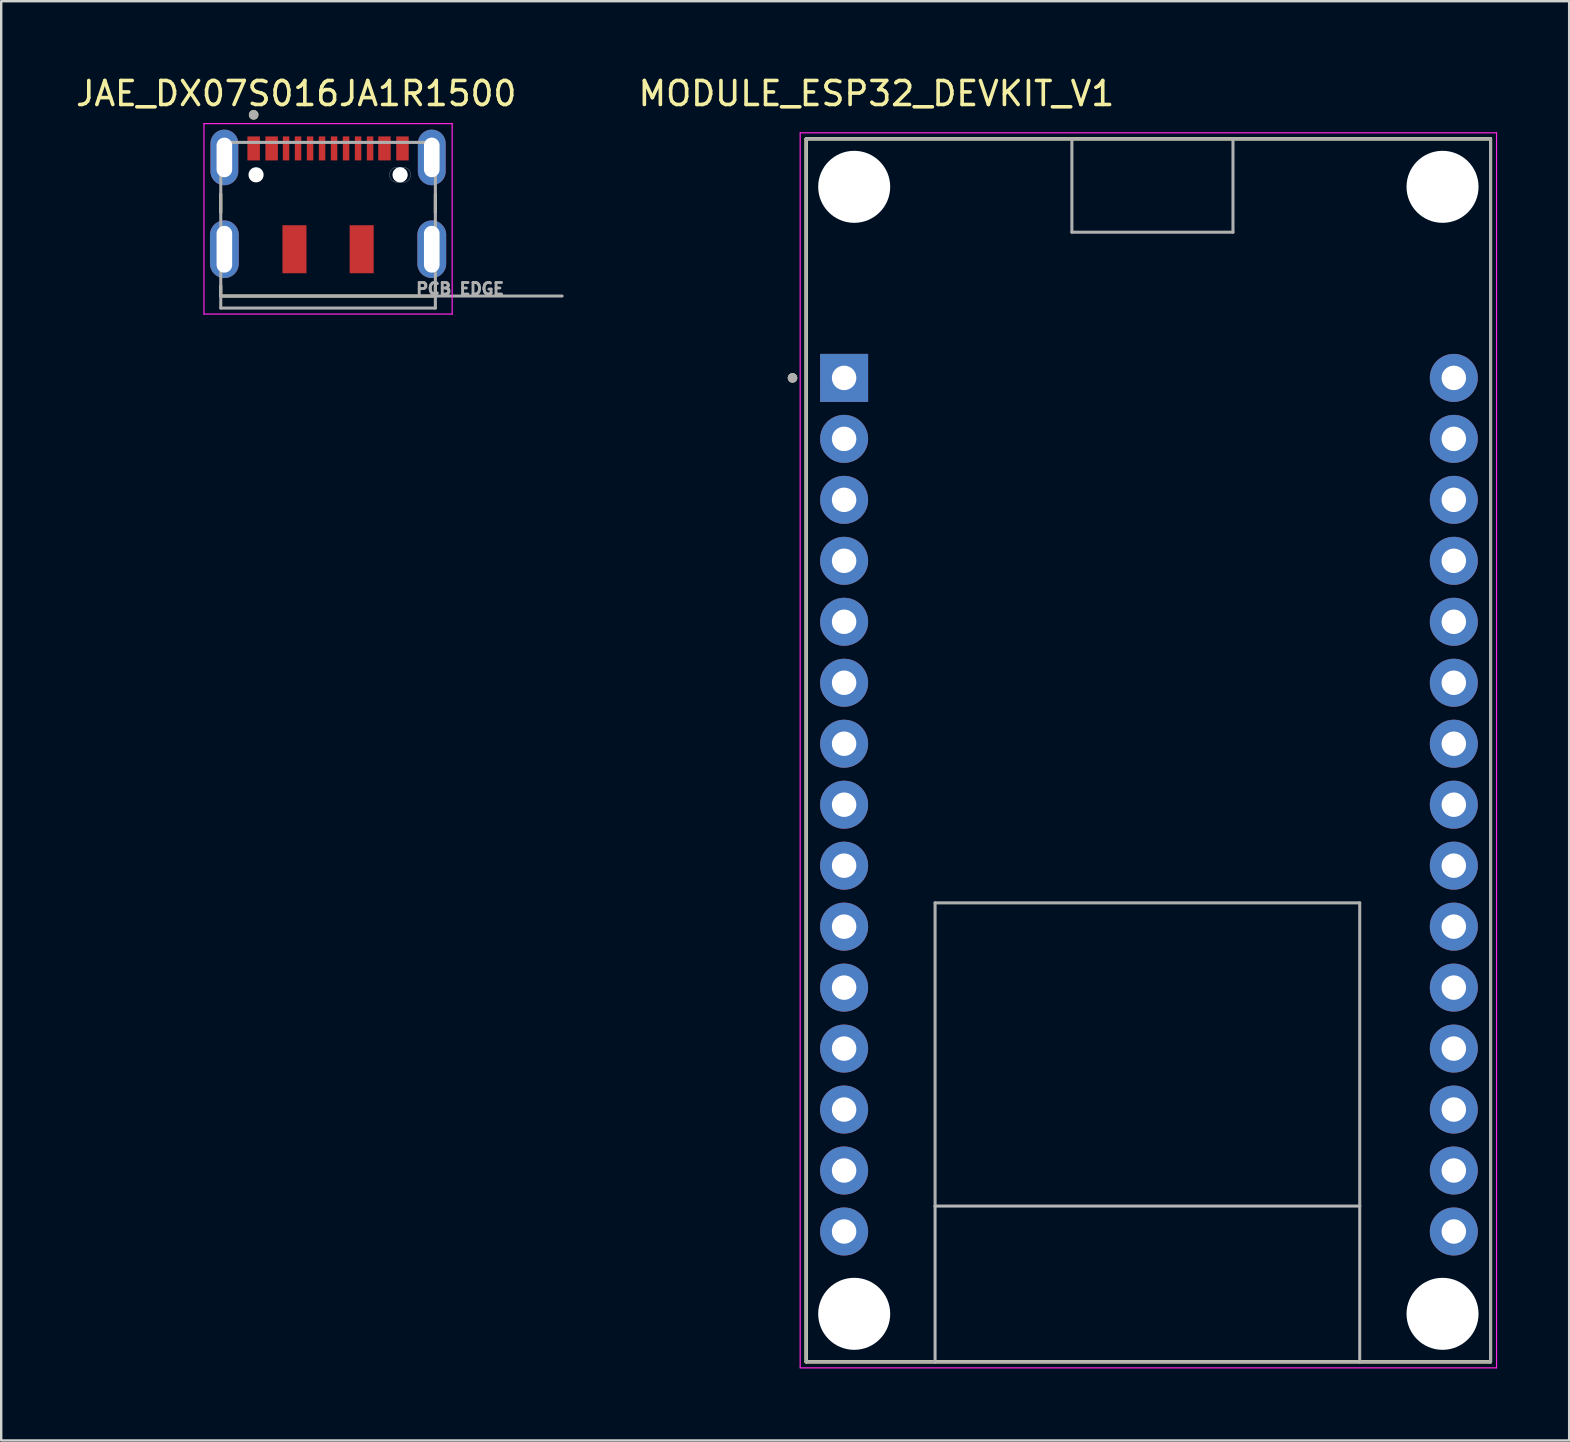
<source format=kicad_pcb>
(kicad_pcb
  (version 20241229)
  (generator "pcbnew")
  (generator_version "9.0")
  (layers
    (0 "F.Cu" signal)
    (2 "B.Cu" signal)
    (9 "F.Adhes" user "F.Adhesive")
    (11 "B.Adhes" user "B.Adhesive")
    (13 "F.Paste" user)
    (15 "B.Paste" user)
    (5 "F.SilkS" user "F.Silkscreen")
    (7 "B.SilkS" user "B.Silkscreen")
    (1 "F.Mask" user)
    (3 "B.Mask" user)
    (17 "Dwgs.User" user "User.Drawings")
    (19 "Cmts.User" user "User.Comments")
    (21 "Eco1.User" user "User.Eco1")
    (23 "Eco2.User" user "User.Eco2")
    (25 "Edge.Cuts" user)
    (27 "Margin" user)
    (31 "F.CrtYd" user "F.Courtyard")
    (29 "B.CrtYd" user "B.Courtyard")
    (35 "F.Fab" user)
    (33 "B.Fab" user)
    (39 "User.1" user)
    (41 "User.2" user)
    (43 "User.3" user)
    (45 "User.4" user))
  (footprint "JAE_DX07S016JA1R1500"
    (layer "F.Cu")
    (at 10.617 4.233)
    (property "Reference" "JAE_DX07S016JA1R1500" (at -1.325 -3.385 0) (layer "F.SilkS") (effects (font (size 1 1) (thickness 0.15))))
    (attr smd)
    (fp_line (start -4.47 0.805) (end -4.47 1.57) (stroke (width 0.127) (type solid)) (layer "F.SilkS"))
    (fp_line (start -4.47 5.05) (end -4.47 4.63) (stroke (width 0.127) (type solid)) (layer "F.SilkS"))
    (fp_line (start 4.47 0.805) (end 4.47 1.57) (stroke (width 0.127) (type solid)) (layer "F.SilkS"))
    (fp_line (start 4.47 4.63) (end 4.47 5.05) (stroke (width 0.127) (type solid)) (layer "F.SilkS"))
    (fp_line (start 4.47 5.05) (end -4.47 5.05) (stroke (width 0.127) (type solid)) (layer "F.SilkS"))
    (fp_circle (center -3.1 -2.5) (end -3 -2.5) (stroke (width 0.2) (type solid)) (fill no) (layer "F.SilkS"))
    (fp_line (start 2.875 -0.315) (end 3.125 -0.315) (stroke (width 0.01) (type solid)) (layer "Edge.Cuts"))
    (fp_line (start 3.125 0.315) (end 2.875 0.315) (stroke (width 0.01) (type solid)) (layer "Edge.Cuts"))
    (fp_arc (start 2.56 0) (mid 2.652261 -0.222739) (end 2.875 -0.315) (stroke (width 0.01) (type solid)) (layer "Edge.Cuts"))
    (fp_arc (start 2.875 0.315) (mid 2.652261 0.222739) (end 2.56 0) (stroke (width 0.01) (type solid)) (layer "Edge.Cuts"))
    (fp_arc (start 3.125 -0.315) (mid 3.347739 -0.222739) (end 3.44 0) (stroke (width 0.01) (type solid)) (layer "Edge.Cuts"))
    (fp_arc (start 3.44 0) (mid 3.347739 0.222739) (end 3.125 0.315) (stroke (width 0.01) (type solid)) (layer "Edge.Cuts"))
    (fp_line (start -5.17 -2.135) (end 5.17 -2.135) (stroke (width 0.05) (type solid)) (layer "F.CrtYd"))
    (fp_line (start -5.17 5.8) (end -5.17 -2.135) (stroke (width 0.05) (type solid)) (layer "F.CrtYd"))
    (fp_line (start 5.17 -2.135) (end 5.17 5.8) (stroke (width 0.05) (type solid)) (layer "F.CrtYd"))
    (fp_line (start 5.17 5.8) (end -5.17 5.8) (stroke (width 0.05) (type solid)) (layer "F.CrtYd"))
    (fp_line (start -4.47 -1.35) (end 4.47 -1.35) (stroke (width 0.127) (type solid)) (layer "F.Fab"))
    (fp_line (start -4.47 5.05) (end -4.47 -1.35) (stroke (width 0.127) (type solid)) (layer "F.Fab"))
    (fp_line (start -4.47 5.55) (end -4.47 5.05) (stroke (width 0.127) (type solid)) (layer "F.Fab"))
    (fp_line (start 4.47 -1.35) (end 4.47 5.05) (stroke (width 0.127) (type solid)) (layer "F.Fab"))
    (fp_line (start 4.47 5.05) (end -4.47 5.05) (stroke (width 0.127) (type solid)) (layer "F.Fab"))
    (fp_line (start 4.47 5.05) (end 4.47 5.55) (stroke (width 0.127) (type solid)) (layer "F.Fab"))
    (fp_line (start 4.47 5.05) (end 9.75 5.05) (stroke (width 0.127) (type solid)) (layer "F.Fab"))
    (fp_line (start 4.47 5.55) (end -4.47 5.55) (stroke (width 0.127) (type solid)) (layer "F.Fab"))
    (fp_circle (center -3.1 -2.5) (end -3 -2.5) (stroke (width 0.2) (type solid)) (fill no) (layer "F.Fab"))
    (fp_text user "PCB EDGE" (at 5.5 4.75 0) (layer "F.Fab") (effects (font (size 0.48 0.48) (thickness 0.15))))
    (pad "" np_thru_hole circle (at -3 0) (size 0.63 0.63) (drill 0.63) (layers "*.Cu" "*.Mask"))
    (pad "" np_thru_hole circle (at 3 0) (size 0.6 0.6) (drill 0.6) (layers "*.Cu" "*.Mask"))
    (pad "" np_thru_hole circle (at 3 0) (size 0.63 0.63) (drill 0.63) (layers "*.Cu" "*.Mask"))
    (pad "1" smd rect (at -3.1 -1.1) (size 0.52 1) (layers "F.Cu" "F.Mask" "F.Paste"))
    (pad "2" smd rect (at -2.35 -1.1) (size 0.52 1) (layers "F.Cu" "F.Mask" "F.Paste"))
    (pad "3" smd rect (at -1.75 -1.1) (size 0.27 1) (layers "F.Cu" "F.Mask" "F.Paste"))
    (pad "4" smd rect (at -1.25 -1.1) (size 0.27 1) (layers "F.Cu" "F.Mask" "F.Paste"))
    (pad "5" smd rect (at -0.75 -1.1) (size 0.27 1) (layers "F.Cu" "F.Mask" "F.Paste"))
    (pad "6" smd rect (at -0.25 -1.1) (size 0.27 1) (layers "F.Cu" "F.Mask" "F.Paste"))
    (pad "7" smd rect (at 0.25 -1.1) (size 0.27 1) (layers "F.Cu" "F.Mask" "F.Paste"))
    (pad "8" smd rect (at 0.75 -1.1) (size 0.27 1) (layers "F.Cu" "F.Mask" "F.Paste"))
    (pad "9" smd rect (at 1.25 -1.1) (size 0.27 1) (layers "F.Cu" "F.Mask" "F.Paste"))
    (pad "10" smd rect (at 1.75 -1.1) (size 0.27 1) (layers "F.Cu" "F.Mask" "F.Paste"))
    (pad "11" smd rect (at 2.35 -1.1) (size 0.52 1) (layers "F.Cu" "F.Mask" "F.Paste"))
    (pad "12" smd rect (at 3.1 -1.1) (size 0.52 1) (layers "F.Cu" "F.Mask" "F.Paste"))
    (pad "S1" smd rect (at -1.4 3.1) (size 1 2) (layers "F.Cu" "F.Mask" "F.Paste"))
    (pad "S2" smd rect (at 1.4 3.1) (size 1 2) (layers "F.Cu" "F.Mask" "F.Paste"))
    (pad "S3" thru_hole oval (at -4.32 -0.725) (size 1.158 2.316) (drill oval 0.65 1.65) (layers "*.Cu" "*.Mask"))
    (pad "S4" thru_hole oval (at 4.32 -0.725) (size 1.158 2.316) (drill oval 0.65 1.65) (layers "*.Cu" "*.Mask"))
    (pad "S5" thru_hole oval (at -4.32 3.1) (size 1.2 2.4) (drill oval 0.65 1.95) (layers "*.Cu" "*.Mask"))
    (pad "S6" thru_hole oval (at 4.32 3.1) (size 1.2 2.4) (drill oval 0.65 1.95) (layers "*.Cu" "*.Mask")))
  (footprint "MODULE_ESP32_DEVKIT_V1"
    (layer "F.Cu")
    (at 44.815 28.208)
    (property "Reference" "MODULE_ESP32_DEVKIT_V1" (at -11.355 -27.36 0) (layer "F.SilkS") (effects (font (size 1 1) (thickness 0.15))))
    (attr through_hole)
    (fp_line (start -14.28 -25.475) (end -3.211 -25.475) (stroke (width 0.127) (type solid)) (layer "F.SilkS"))
    (fp_line (start -14.28 -25.475) (end 14.23 -25.475) (stroke (width 0.127) (type solid)) (layer "F.SilkS"))
    (fp_line (start -14.28 25.475) (end -14.28 -25.475) (stroke (width 0.127) (type solid)) (layer "F.SilkS"))
    (fp_line (start -14.28 25.475) (end -14.28 -25.475) (stroke (width 0.127) (type solid)) (layer "F.SilkS"))
    (fp_line (start -14.28 25.475) (end -8.91 25.475) (stroke (width 0.127) (type solid)) (layer "F.SilkS"))
    (fp_line (start -8.91 25.475) (end 8.78 25.475) (stroke (width 0.127) (type solid)) (layer "F.SilkS"))
    (fp_line (start -3.211 -25.475) (end 3.5 -25.475) (stroke (width 0.127) (type solid)) (layer "F.SilkS"))
    (fp_line (start 3.5 -25.475) (end 14.23 -25.475) (stroke (width 0.127) (type solid)) (layer "F.SilkS"))
    (fp_line (start 8.78 25.475) (end 14.23 25.475) (stroke (width 0.127) (type solid)) (layer "F.SilkS"))
    (fp_line (start 14.23 -25.475) (end 14.23 25.475) (stroke (width 0.127) (type solid)) (layer "F.SilkS"))
    (fp_line (start 14.23 -25.475) (end 14.23 25.475) (stroke (width 0.127) (type solid)) (layer "F.SilkS"))
    (fp_line (start 14.23 25.475) (end -14.28 25.475) (stroke (width 0.127) (type solid)) (layer "F.SilkS"))
    (fp_circle (center -14.85 -15.515) (end -14.75 -15.515) (stroke (width 0.2) (type solid)) (fill no) (layer "F.SilkS"))
    (fp_poly (pts (xy -8.91 18.985) (xy 8.78 18.985) (xy 8.78 25.475) (xy -8.91 25.475)) (stroke (width 0.01) (type solid)) (fill no) (layer "Dwgs.User"))
    (fp_poly (pts (xy -8.91 18.985) (xy 8.78 18.985) (xy 8.78 25.475) (xy -8.91 25.475)) (stroke (width 0.01) (type solid)) (fill no) (layer "Dwgs.User"))
    (fp_poly (pts (xy -8.91 18.985) (xy 8.78 18.985) (xy 8.78 25.475) (xy -8.91 25.475)) (stroke (width 0.01) (type solid)) (fill no) (layer "Dwgs.User"))
    (fp_line (start -14.53 -25.725) (end -14.53 25.725) (stroke (width 0.05) (type solid)) (layer "F.CrtYd"))
    (fp_line (start -14.53 25.725) (end 14.48 25.725) (stroke (width 0.05) (type solid)) (layer "F.CrtYd"))
    (fp_line (start 14.48 -25.725) (end -14.53 -25.725) (stroke (width 0.05) (type solid)) (layer "F.CrtYd"))
    (fp_line (start 14.48 25.725) (end 14.48 -25.725) (stroke (width 0.05) (type solid)) (layer "F.CrtYd"))
    (fp_line (start -14.28 -25.475) (end -3.211 -25.475) (stroke (width 0.127) (type solid)) (layer "F.Fab"))
    (fp_line (start -14.28 25.475) (end -14.28 -25.475) (stroke (width 0.127) (type solid)) (layer "F.Fab"))
    (fp_line (start -14.28 25.475) (end -8.91 25.475) (stroke (width 0.127) (type solid)) (layer "F.Fab"))
    (fp_line (start -8.91 6.355) (end 8.78 6.355) (stroke (width 0.127) (type solid)) (layer "F.Fab"))
    (fp_line (start -8.91 18.985) (end -8.91 6.355) (stroke (width 0.127) (type solid)) (layer "F.Fab"))
    (fp_line (start -8.91 18.985) (end 8.78 18.985) (stroke (width 0.127) (type solid)) (layer "F.Fab"))
    (fp_line (start -8.91 25.475) (end -8.91 18.985) (stroke (width 0.127) (type solid)) (layer "F.Fab"))
    (fp_line (start -8.91 25.475) (end 8.78 25.475) (stroke (width 0.127) (type solid)) (layer "F.Fab"))
    (fp_line (start -3.211 -25.475) (end 3.5 -25.475) (stroke (width 0.127) (type solid)) (layer "F.Fab"))
    (fp_line (start -3.211 -21.585) (end -3.211 -25.475) (stroke (width 0.127) (type solid)) (layer "F.Fab"))
    (fp_line (start 3.5 -25.475) (end 3.5 -21.585) (stroke (width 0.127) (type solid)) (layer "F.Fab"))
    (fp_line (start 3.5 -25.475) (end 14.23 -25.475) (stroke (width 0.127) (type solid)) (layer "F.Fab"))
    (fp_line (start 3.5 -21.585) (end -3.211 -21.585) (stroke (width 0.127) (type solid)) (layer "F.Fab"))
    (fp_line (start 8.78 6.355) (end 8.78 18.985) (stroke (width 0.127) (type solid)) (layer "F.Fab"))
    (fp_line (start 8.78 18.985) (end 8.78 25.475) (stroke (width 0.127) (type solid)) (layer "F.Fab"))
    (fp_line (start 8.78 25.475) (end 14.23 25.475) (stroke (width 0.127) (type solid)) (layer "F.Fab"))
    (fp_line (start 14.23 -25.475) (end 14.23 25.475) (stroke (width 0.127) (type solid)) (layer "F.Fab"))
    (fp_circle (center -14.85 -15.515) (end -14.75 -15.515) (stroke (width 0.2) (type solid)) (fill no) (layer "F.Fab"))
    (pad "" np_thru_hole circle (at -12.28 -23.475) (size 3 3) (drill 3) (layers "*.Cu" "*.Mask"))
    (pad "" np_thru_hole circle (at -12.28 23.475) (size 3 3) (drill 3) (layers "*.Cu" "*.Mask"))
    (pad "" np_thru_hole circle (at 12.23 -23.475) (size 3 3) (drill 3) (layers "*.Cu" "*.Mask"))
    (pad "" np_thru_hole circle (at 12.23 23.475) (size 3 3) (drill 3) (layers "*.Cu" "*.Mask"))
    (pad "1" thru_hole rect (at -12.7 -15.515) (size 2 2) (drill 1.02) (layers "*.Cu" "*.Mask"))
    (pad "2" thru_hole circle (at -12.7 -12.975) (size 2 2) (drill 1.02) (layers "*.Cu" "*.Mask"))
    (pad "3" thru_hole circle (at -12.7 -10.435) (size 2 2) (drill 1.02) (layers "*.Cu" "*.Mask"))
    (pad "4" thru_hole circle (at -12.7 -7.895) (size 2 2) (drill 1.02) (layers "*.Cu" "*.Mask"))
    (pad "5" thru_hole circle (at -12.7 -5.355) (size 2 2) (drill 1.02) (layers "*.Cu" "*.Mask"))
    (pad "6" thru_hole circle (at -12.7 -2.815) (size 2 2) (drill 1.02) (layers "*.Cu" "*.Mask"))
    (pad "7" thru_hole circle (at -12.7 -0.275) (size 2 2) (drill 1.02) (layers "*.Cu" "*.Mask"))
    (pad "8" thru_hole circle (at -12.7 2.265) (size 2 2) (drill 1.02) (layers "*.Cu" "*.Mask"))
    (pad "9" thru_hole circle (at -12.7 4.805) (size 2 2) (drill 1.02) (layers "*.Cu" "*.Mask"))
    (pad "10" thru_hole circle (at -12.7 7.345) (size 2 2) (drill 1.02) (layers "*.Cu" "*.Mask"))
    (pad "11" thru_hole circle (at -12.7 9.885) (size 2 2) (drill 1.02) (layers "*.Cu" "*.Mask"))
    (pad "12" thru_hole circle (at -12.7 12.425) (size 2 2) (drill 1.02) (layers "*.Cu" "*.Mask"))
    (pad "13" thru_hole circle (at -12.7 14.965) (size 2 2) (drill 1.02) (layers "*.Cu" "*.Mask"))
    (pad "14" thru_hole circle (at -12.7 17.505) (size 2 2) (drill 1.02) (layers "*.Cu" "*.Mask"))
    (pad "15" thru_hole circle (at -12.7 20.045) (size 2 2) (drill 1.02) (layers "*.Cu" "*.Mask"))
    (pad "16" thru_hole circle (at 12.7 20.045) (size 2 2) (drill 1.02) (layers "*.Cu" "*.Mask"))
    (pad "17" thru_hole circle (at 12.7 17.505) (size 2 2) (drill 1.02) (layers "*.Cu" "*.Mask"))
    (pad "18" thru_hole circle (at 12.7 14.965) (size 2 2) (drill 1.02) (layers "*.Cu" "*.Mask"))
    (pad "19" thru_hole circle (at 12.7 12.425) (size 2 2) (drill 1.02) (layers "*.Cu" "*.Mask"))
    (pad "20" thru_hole circle (at 12.7 9.885) (size 2 2) (drill 1.02) (layers "*.Cu" "*.Mask"))
    (pad "21" thru_hole circle (at 12.7 7.345) (size 2 2) (drill 1.02) (layers "*.Cu" "*.Mask"))
    (pad "22" thru_hole circle (at 12.7 4.805) (size 2 2) (drill 1.02) (layers "*.Cu" "*.Mask"))
    (pad "23" thru_hole circle (at 12.7 2.265) (size 2 2) (drill 1.02) (layers "*.Cu" "*.Mask"))
    (pad "24" thru_hole circle (at 12.7 -0.275) (size 2 2) (drill 1.02) (layers "*.Cu" "*.Mask"))
    (pad "25" thru_hole circle (at 12.7 -2.815) (size 2 2) (drill 1.02) (layers "*.Cu" "*.Mask"))
    (pad "26" thru_hole circle (at 12.7 -5.355) (size 2 2) (drill 1.02) (layers "*.Cu" "*.Mask"))
    (pad "27" thru_hole circle (at 12.7 -7.895) (size 2 2) (drill 1.02) (layers "*.Cu" "*.Mask"))
    (pad "28" thru_hole circle (at 12.7 -10.435) (size 2 2) (drill 1.02) (layers "*.Cu" "*.Mask"))
    (pad "29" thru_hole circle (at 12.7 -12.975) (size 2 2) (drill 1.02) (layers "*.Cu" "*.Mask"))
    (pad "30" thru_hole circle (at 12.7 -15.515) (size 2 2) (drill 1.02) (layers "*.Cu" "*.Mask")))
  (gr_rect
    (start -3 -3)
    (end 62.32 56.958)
    (stroke (width 0.1) (type default))
    (fill no)
    (layer "Edge.Cuts")))
</source>
